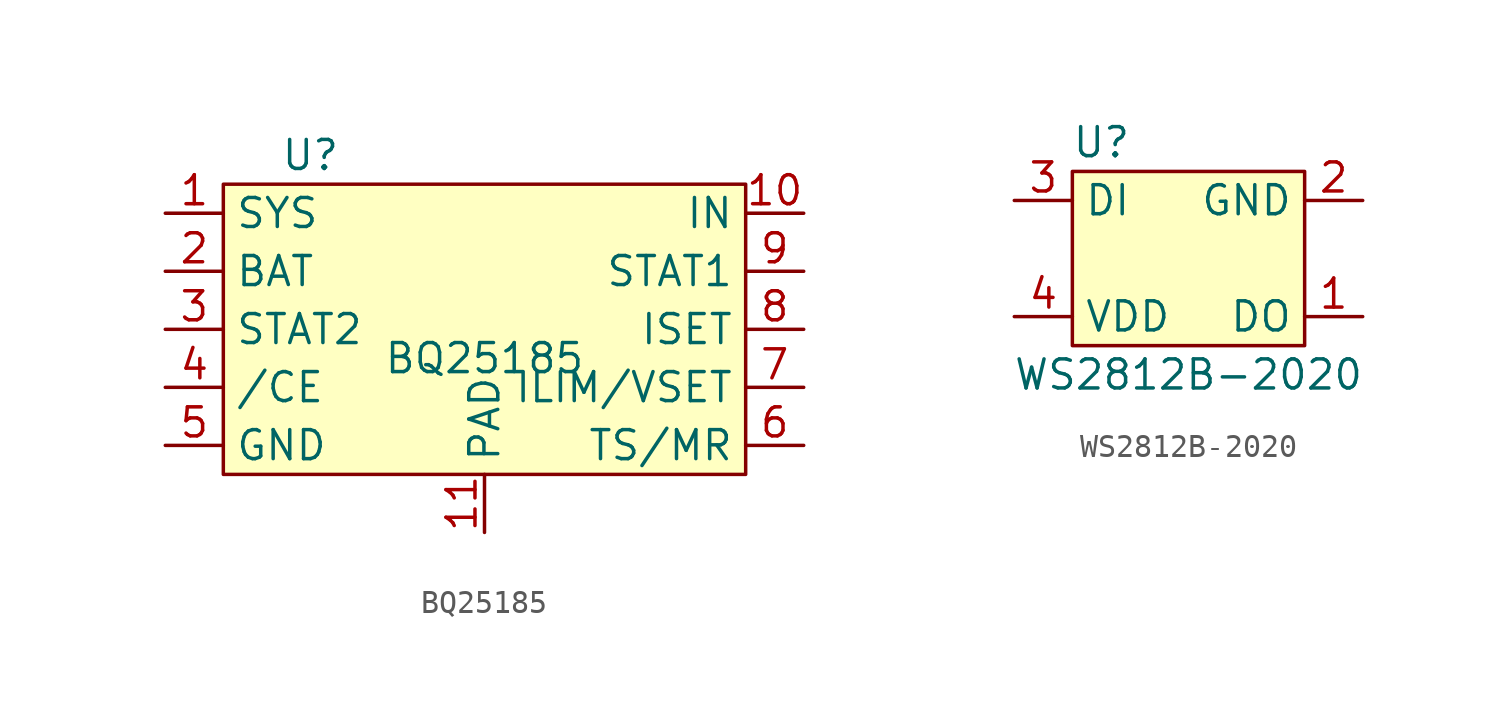
<source format=kicad_sym>
(kicad_symbol_lib
  (version 20220914)
  (generator kicad_symbol_editor)
  (symbol "BQ25185"
    (property "Reference" "U"
      (at -7.62 7.62 0)
      (effects (font (size 1.27 1.27))))
    (property "Value" "BQ25185"
      (at 0 -1.27 0)
      (effects (font (size 1.27 1.27))))
    (symbol "BQ25185_1_1"
      (rectangle (start -11.43 6.35) (end 11.43 -6.35) (stroke (width 0) (type default)) (fill (type background)))
      (pin passive line (at -13.97 5.08 0) (length 2.54) (name "SYS" (effects (font (size 1.27 1.27)))) (number "1" (effects (font (size 1.27 1.27)))))
      (pin passive line (at 13.97 5.08 180) (length 2.54) (name "IN" (effects (font (size 1.27 1.27)))) (number "10" (effects (font (size 1.27 1.27)))))
      (pin passive line (at 0 -8.89 90) (length 2.54) (name "PAD" (effects (font (size 1.27 1.27)))) (number "11" (effects (font (size 1.27 1.27)))))
      (pin passive line (at -13.97 2.54 0) (length 2.54) (name "BAT" (effects (font (size 1.27 1.27)))) (number "2" (effects (font (size 1.27 1.27)))))
      (pin passive line (at -13.97 0 0) (length 2.54) (name "STAT2" (effects (font (size 1.27 1.27)))) (number "3" (effects (font (size 1.27 1.27)))))
      (pin passive line (at -13.97 -2.54 0) (length 2.54) (name "/CE" (effects (font (size 1.27 1.27)))) (number "4" (effects (font (size 1.27 1.27)))))
      (pin passive line (at -13.97 -5.08 0) (length 2.54) (name "GND" (effects (font (size 1.27 1.27)))) (number "5" (effects (font (size 1.27 1.27)))))
      (pin passive line (at 13.97 -5.08 180) (length 2.54) (name "TS/MR" (effects (font (size 1.27 1.27)))) (number "6" (effects (font (size 1.27 1.27)))))
      (pin passive line (at 13.97 -2.54 180) (length 2.54) (name "ILIM/VSET" (effects (font (size 1.27 1.27)))) (number "7" (effects (font (size 1.27 1.27)))))
      (pin passive line (at 13.97 0 180) (length 2.54) (name "ISET" (effects (font (size 1.27 1.27)))) (number "8" (effects (font (size 1.27 1.27)))))
      (pin passive line (at 13.97 2.54 180) (length 2.54) (name "STAT1" (effects (font (size 1.27 1.27)))) (number "9" (effects (font (size 1.27 1.27)))))))
  (symbol "WS2812B-2020"
    (property "Reference" "U"
      (at -3.81 5.08 0)
      (effects (font (size 1.27 1.27))))
    (property "Value" "WS2812B-2020"
      (at 0 -5.08 0)
      (effects (font (size 1.27 1.27))))
    (symbol "WS2812B-2020_1_1"
      (rectangle (start -5.08 3.81) (end 5.08 -3.81) (stroke (width 0) (type default)) (fill (type background)))
      (pin passive line (at 7.62 -2.54 180) (length 2.54) (name "DO" (effects (font (size 1.27 1.27)))) (number "1" (effects (font (size 1.27 1.27)))))
      (pin passive line (at 7.62 2.54 180) (length 2.54) (name "GND" (effects (font (size 1.27 1.27)))) (number "2" (effects (font (size 1.27 1.27)))))
      (pin passive line (at -7.62 2.54 0) (length 2.54) (name "DI" (effects (font (size 1.27 1.27)))) (number "3" (effects (font (size 1.27 1.27)))))
      (pin passive line (at -7.62 -2.54 0) (length 2.54) (name "VDD" (effects (font (size 1.27 1.27)))) (number "4" (effects (font (size 1.27 1.27))))))))
</source>
